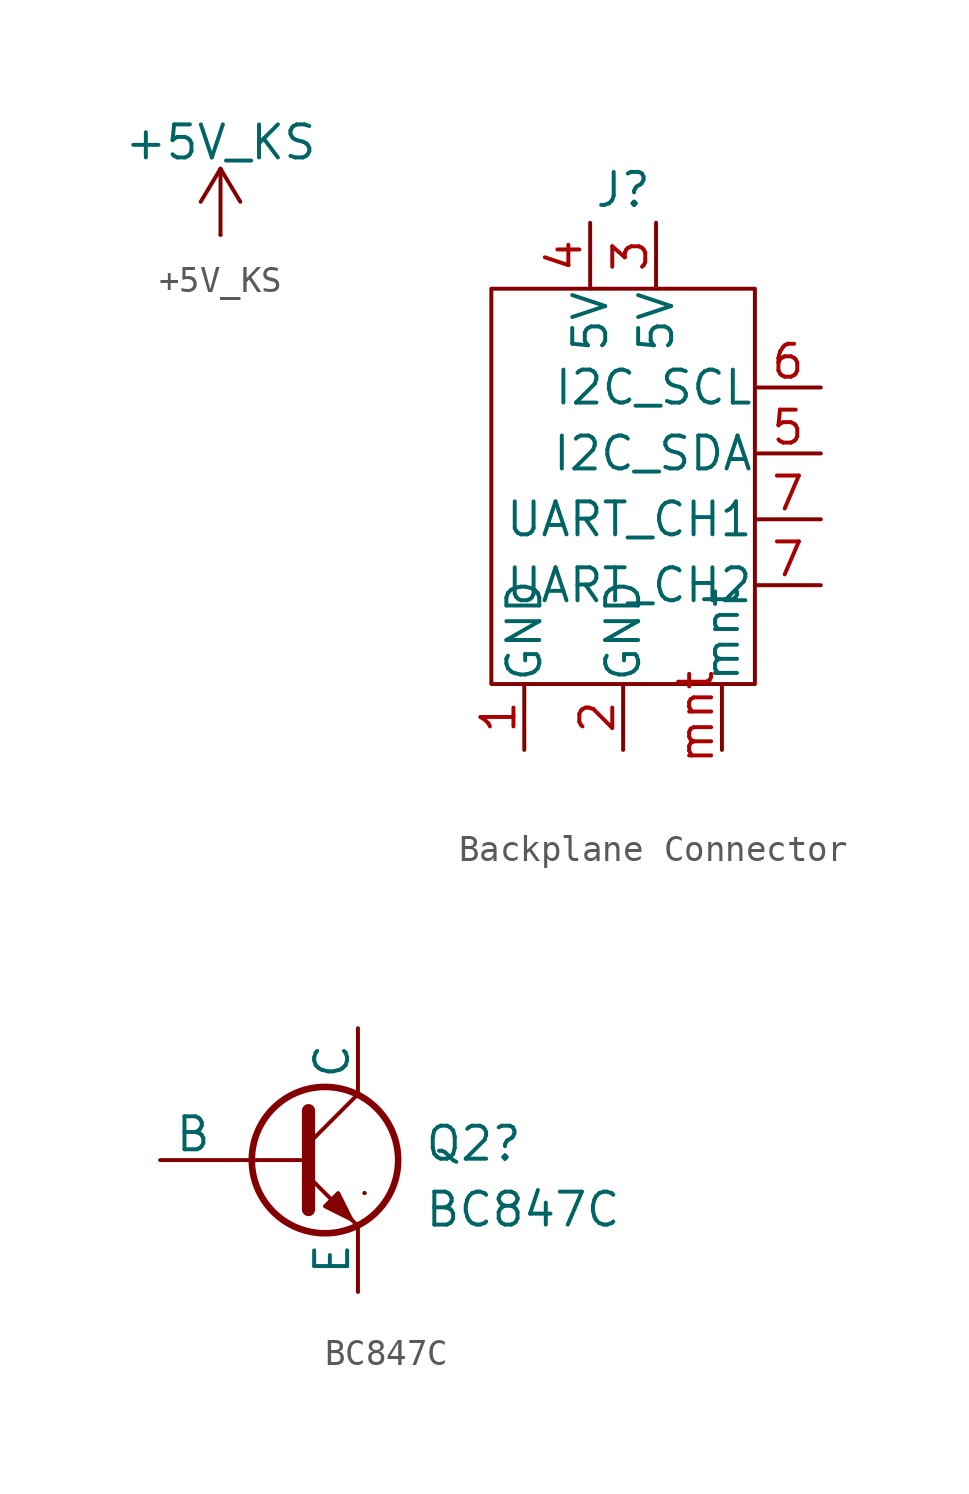
<source format=kicad_sym>
(kicad_symbol_lib
  (version 20241209)
  (generator "kicad_symbol_editor")
  (generator_version "9.0")
  (symbol "+5V_KS"
    (power)
    (pin_numbers
      (hide yes))
    (pin_names
      (offset 0)
      (hide yes))
    (property "Reference" "#PWR"
      (at 0 -3.81 0)
      (effects (font (size 1.27 1.27)) (hide yes)))
    (property "Value" "+5V_KS"
      (at 0 3.556 0)
      (effects (font (size 1.27 1.27))))
    (symbol "+5V_KS_0_1"
      (polyline (pts (xy -0.762 1.27) (xy 0 2.54)) (stroke (width 0) (type default)) (fill (type none)))
      (polyline (pts (xy 0 2.54) (xy 0.762 1.27)) (stroke (width 0) (type default)) (fill (type none)))
      (polyline (pts (xy 0 0) (xy 0 2.54)) (stroke (width 0) (type default)) (fill (type none))))
    (symbol "+5V_KS_1_1"
      (pin power_in line (at 0 0 90) (length 0) (name "~" (effects (font (size 1.27 1.27)))) (number "1" (effects (font (size 1.27 1.27)))))))
  (symbol "Backplane Connector"
    (pin_names
      (offset 0.025))
    (property "Reference" "J"
      (at 0 12.7 0)
      (effects (font (size 1.27 1.27))))
    (property "Value" ""
      (at 0 0 0)
      (effects (font (size 1.27 1.27))))
    (symbol "Backplane Connector_0_1"
      (rectangle (start -5.08 8.89) (end 5.08 -6.35) (stroke (width 0) (type default)) (fill (type none))))
    (symbol "Backplane Connector_1_1"
      (pin passive line (at -3.81 -8.89 90) (length 2.54) (name "GND" (effects (font (size 1.27 1.27)))) (number "1" (effects (font (size 1.27 1.27)))))
      (pin passive line (at -1.27 11.43 270) (length 2.54) (name "5V" (effects (font (size 1.27 1.27)))) (number "4" (effects (font (size 1.27 1.27)))))
      (pin passive line (at 0 -8.89 90) (length 2.54) (name "GND" (effects (font (size 1.27 1.27)))) (number "2" (effects (font (size 1.27 1.27)))))
      (pin passive line (at 1.27 11.43 270) (length 2.54) (name "5V" (effects (font (size 1.27 1.27)))) (number "3" (effects (font (size 1.27 1.27)))))
      (pin passive line (at 3.81 -8.89 90) (length 2.54) (name "mnt" (effects (font (size 1.27 1.27)))) (number "mnt" (effects (font (size 1.27 1.27)))))
      (pin passive line (at 7.62 5.08 180) (length 2.54) (name "I2C_SCL" (effects (font (size 1.27 1.27)))) (number "6" (effects (font (size 1.27 1.27)))))
      (pin passive line (at 7.62 2.54 180) (length 2.54) (name "I2C_SDA" (effects (font (size 1.27 1.27)))) (number "5" (effects (font (size 1.27 1.27)))))
      (pin passive line (at 7.62 0 180) (length 2.54) (name "UART_CH1" (effects (font (size 1.27 1.27)))) (number "7" (effects (font (size 1.27 1.27)))))
      (pin passive line (at 7.62 -2.54 180) (length 2.54) (name "UART_CH2" (effects (font (size 1.27 1.27)))) (number "7" (effects (font (size 1.27 1.27)))))))
  (symbol "BC847C"
    (pin_numbers
      (hide yes))
    (pin_names
      (offset 0))
    (property "Reference" "Q2"
      (at 5.08 0.635 0)
      (effects (font (size 1.27 1.27)) (justify left)))
    (property "Value" "BC847C"
      (at 5.08 -1.905 0)
      (effects (font (size 1.27 1.27)) (justify left)))
    (symbol "BC847C_0_1"
      (polyline (pts (xy -2.54 0) (xy 0.635 0)) (stroke (width 0.152) (type default)) (fill (type none)))
      (polyline (pts (xy 0.635 1.905) (xy 0.635 -1.905) (xy 0.635 -1.905)) (stroke (width 0.508) (type default)) (fill (type none)))
      (polyline (pts (xy 0.635 0.635) (xy 2.54 2.54)) (stroke (width 0) (type default)) (fill (type none)))
      (polyline (pts (xy 0.635 -0.635) (xy 2.54 -2.54) (xy 2.54 -2.54)) (stroke (width 0) (type default)) (fill (type none)))
      (circle (center 1.27 0) (radius 2.819) (stroke (width 0.254) (type default)) (fill (type none)))
      (polyline (pts (xy 1.27 -1.778) (xy 1.778 -1.27) (xy 2.286 -2.286) (xy 1.27 -1.778) (xy 1.27 -1.778)) (stroke (width 0) (type default)) (fill (type outline)))
      (polyline (pts (xy 2.794 -1.27) (xy 2.794 -1.27)) (stroke (width 0.152) (type default)) (fill (type none)))
      (polyline (pts (xy 2.794 -1.27) (xy 2.794 -1.27)) (stroke (width 0.152) (type default)) (fill (type none))))
    (symbol "BC847C_1_1"
      (pin input line (at -5.08 0 0) (length 2.54) (name "B" (effects (font (size 1.27 1.27)))) (number "1" (effects (font (size 1.27 1.27)))))
      (pin open_collector line (at 2.54 5.08 270) (length 2.54) (name "C" (effects (font (size 1.27 1.27)))) (number "3" (effects (font (size 1.27 1.27)))))
      (pin open_emitter line (at 2.54 -5.08 90) (length 2.54) (name "E" (effects (font (size 1.27 1.27)))) (number "2" (effects (font (size 1.27 1.27))))))))
</source>
